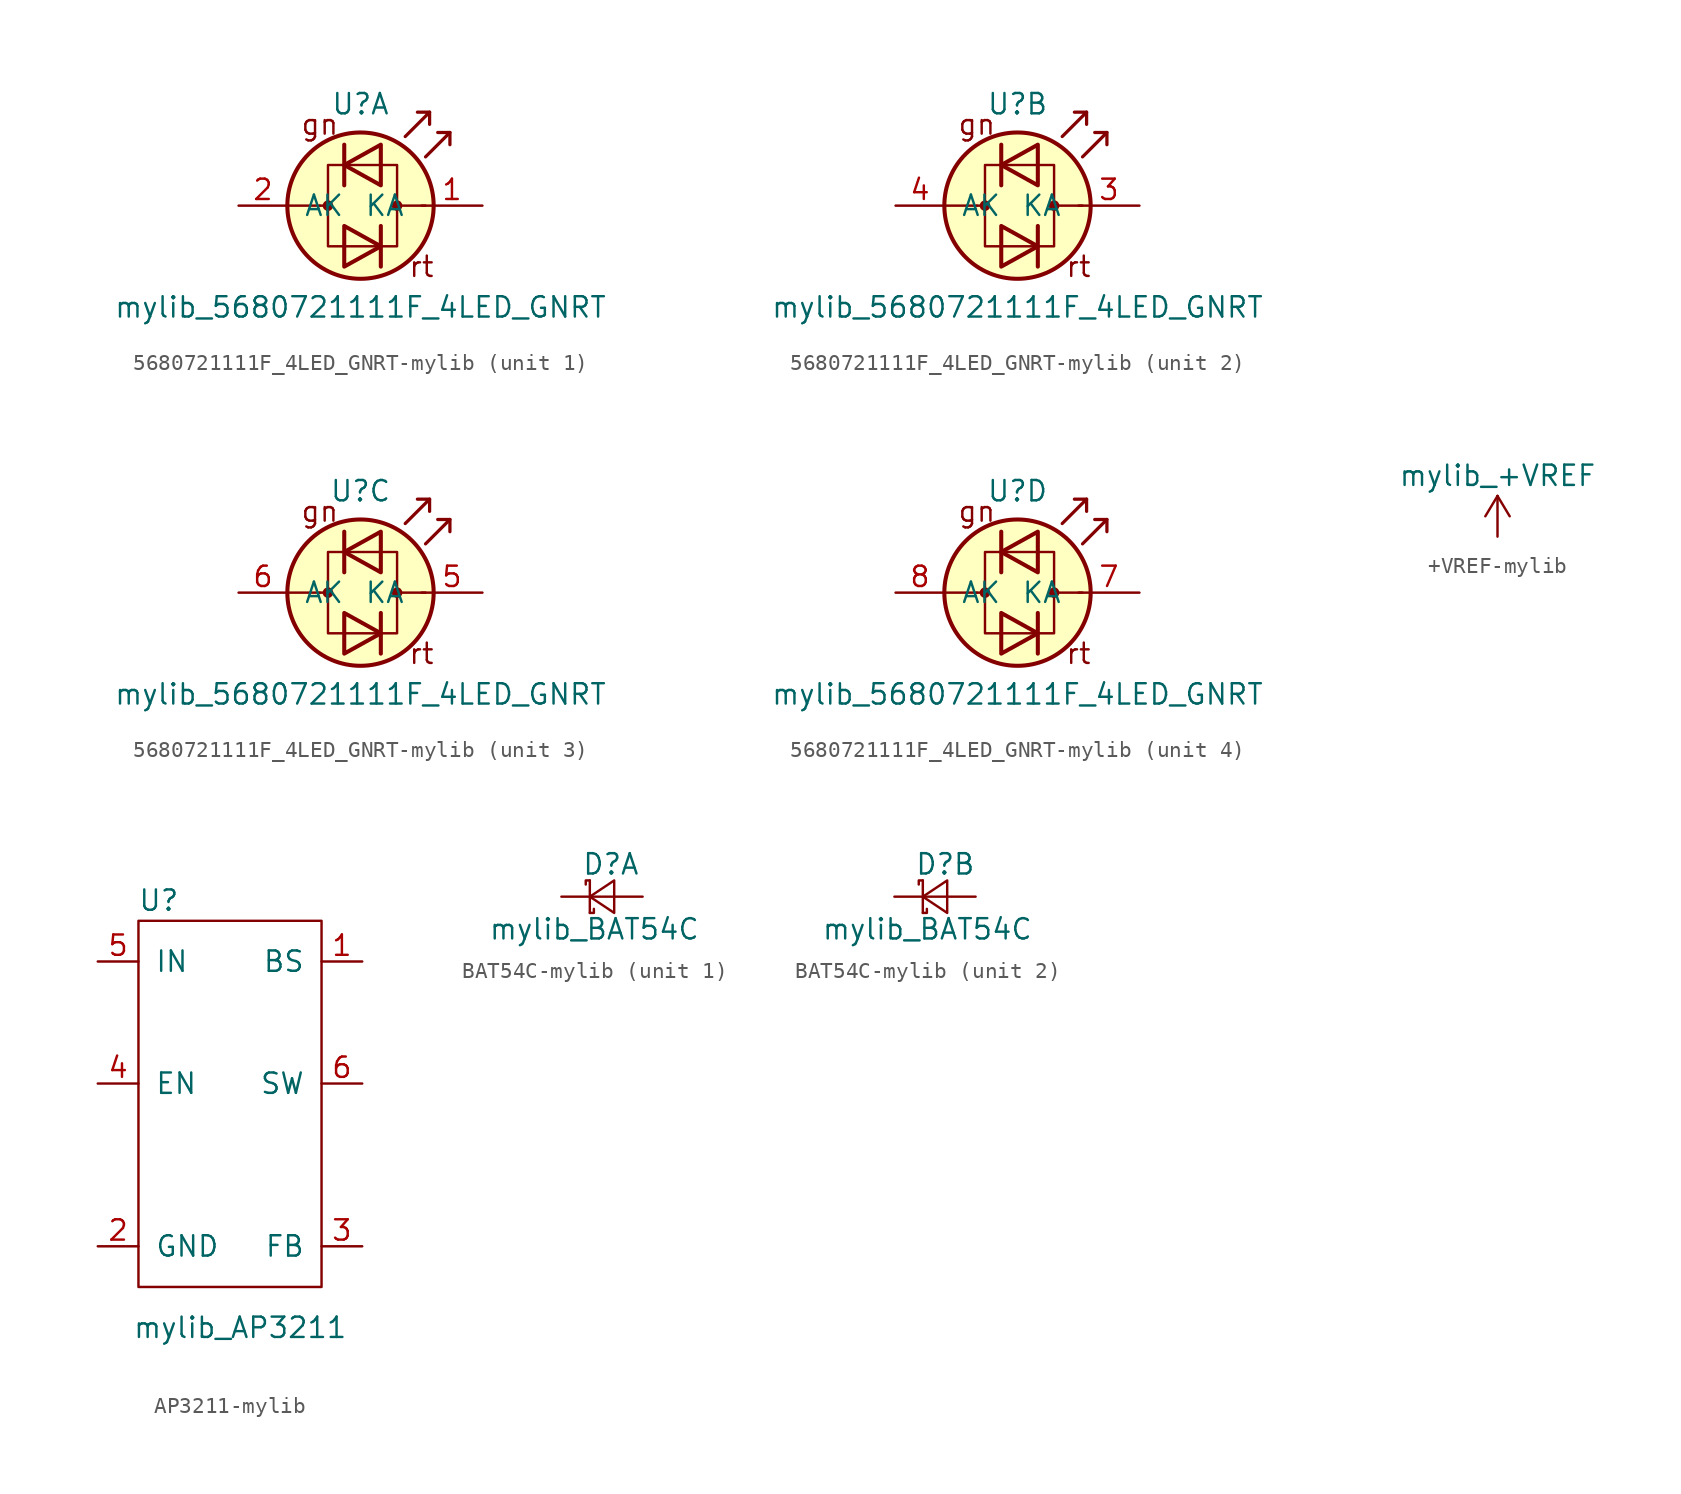
<source format=kicad_sym>
(kicad_symbol_lib
  (version 20231120)
  (generator "kicad_symbol_editor")
  (generator_version "8.0")
  (symbol "5680721111F_4LED_GNRT-mylib"
    (pin_names
      (offset 1.016))
    (property "Reference" "U"
      (at 0 6.35 0)
      (effects (font (size 1.27 1.27))))
    (property "Value" "mylib_5680721111F_4LED_GNRT"
      (at 0 -6.35 0)
      (effects (font (size 1.27 1.27))))
    (symbol "5680721111F_4LED_GNRT-mylib_0_0"
      (text "gn" (at -2.54 5.08 0) (effects (font (size 1.27 1.27))))
      (text "rt" (at 3.81 -3.81 0) (effects (font (size 1.27 1.27)))))
    (symbol "5680721111F_4LED_GNRT-mylib_1_1"
      (circle (center -2.032 0) (radius 0.254) (stroke (width 0) (type solid)) (fill (type outline)))
      (polyline (pts (xy -4.572 0) (xy -2.54 0)) (stroke (width 0) (type solid)) (fill (type none)))
      (polyline (pts (xy -2.032 0) (xy -2.54 0)) (stroke (width 0) (type solid)) (fill (type none)))
      (polyline (pts (xy -1.016 3.81) (xy -1.016 1.27)) (stroke (width 0.254) (type solid)) (fill (type none)))
      (polyline (pts (xy 1.27 -1.27) (xy 1.27 -3.81)) (stroke (width 0.254) (type solid)) (fill (type none)))
      (polyline (pts (xy 4.064 0) (xy 2.286 0)) (stroke (width 0) (type solid)) (fill (type outline)))
      (polyline (pts (xy 4.318 5.842) (xy 4.318 5.08)) (stroke (width 0.203) (type solid)) (fill (type none)))
      (polyline (pts (xy 5.588 4.572) (xy 5.588 3.81)) (stroke (width 0.203) (type solid)) (fill (type none)))
      (polyline (pts (xy 2.794 4.318) (xy 4.318 5.842) (xy 3.556 5.842)) (stroke (width 0.203) (type solid)) (fill (type none)))
      (polyline (pts (xy 4.064 3.048) (xy 5.588 4.572) (xy 4.826 4.572)) (stroke (width 0.203) (type solid)) (fill (type none)))
      (polyline (pts (xy -1.016 -1.27) (xy -1.016 -3.81) (xy 1.27 -2.54) (xy -1.016 -1.27)) (stroke (width 0.254) (type solid)) (fill (type none)))
      (polyline (pts (xy 1.27 3.81) (xy 1.27 1.27) (xy -1.016 2.54) (xy 1.27 3.81)) (stroke (width 0.254) (type solid)) (fill (type none)))
      (polyline (pts (xy 2.286 2.54) (xy -2.032 2.54) (xy -2.032 -2.54) (xy 2.286 -2.54) (xy 2.286 2.54)) (stroke (width 0) (type solid)) (fill (type none)))
      (circle (center 0 0) (radius 4.572) (stroke (width 0.254) (type solid)) (fill (type background)))
      (circle (center 2.286 0) (radius 0.254) (stroke (width 0) (type solid)) (fill (type outline)))
      (pin input line (at 7.62 0 180) (length 3.81) (name "KA" (effects (font (size 1.27 1.27)))) (number "1" (effects (font (size 1.27 1.27)))))
      (pin input line (at -7.62 0 0) (length 3.048) (name "AK" (effects (font (size 1.27 1.27)))) (number "2" (effects (font (size 1.27 1.27))))))
    (symbol "5680721111F_4LED_GNRT-mylib_2_1"
      (circle (center -2.032 0) (radius 0.254) (stroke (width 0) (type solid)) (fill (type outline)))
      (polyline (pts (xy -4.572 0) (xy -2.54 0)) (stroke (width 0) (type solid)) (fill (type none)))
      (polyline (pts (xy -2.032 0) (xy -2.54 0)) (stroke (width 0) (type solid)) (fill (type none)))
      (polyline (pts (xy -1.016 3.81) (xy -1.016 1.27)) (stroke (width 0.254) (type solid)) (fill (type none)))
      (polyline (pts (xy 1.27 -1.27) (xy 1.27 -3.81)) (stroke (width 0.254) (type solid)) (fill (type none)))
      (polyline (pts (xy 4.064 0) (xy 2.286 0)) (stroke (width 0) (type solid)) (fill (type outline)))
      (polyline (pts (xy 4.318 5.842) (xy 4.318 5.08)) (stroke (width 0.203) (type solid)) (fill (type none)))
      (polyline (pts (xy 5.588 4.572) (xy 5.588 3.81)) (stroke (width 0.203) (type solid)) (fill (type none)))
      (polyline (pts (xy 2.794 4.318) (xy 4.318 5.842) (xy 3.556 5.842)) (stroke (width 0.203) (type solid)) (fill (type none)))
      (polyline (pts (xy 4.064 3.048) (xy 5.588 4.572) (xy 4.826 4.572)) (stroke (width 0.203) (type solid)) (fill (type none)))
      (polyline (pts (xy -1.016 -1.27) (xy -1.016 -3.81) (xy 1.27 -2.54) (xy -1.016 -1.27)) (stroke (width 0.254) (type solid)) (fill (type none)))
      (polyline (pts (xy 1.27 3.81) (xy 1.27 1.27) (xy -1.016 2.54) (xy 1.27 3.81)) (stroke (width 0.254) (type solid)) (fill (type none)))
      (polyline (pts (xy 2.286 2.54) (xy -2.032 2.54) (xy -2.032 -2.54) (xy 2.286 -2.54) (xy 2.286 2.54)) (stroke (width 0) (type solid)) (fill (type none)))
      (circle (center 0 0) (radius 4.572) (stroke (width 0.254) (type solid)) (fill (type background)))
      (circle (center 2.286 0) (radius 0.254) (stroke (width 0) (type solid)) (fill (type outline)))
      (pin input line (at 7.62 0 180) (length 3.81) (name "KA" (effects (font (size 1.27 1.27)))) (number "3" (effects (font (size 1.27 1.27)))))
      (pin input line (at -7.62 0 0) (length 3.048) (name "AK" (effects (font (size 1.27 1.27)))) (number "4" (effects (font (size 1.27 1.27))))))
    (symbol "5680721111F_4LED_GNRT-mylib_3_1"
      (circle (center -2.032 0) (radius 0.254) (stroke (width 0) (type solid)) (fill (type outline)))
      (polyline (pts (xy -4.572 0) (xy -2.54 0)) (stroke (width 0) (type solid)) (fill (type none)))
      (polyline (pts (xy -2.032 0) (xy -2.54 0)) (stroke (width 0) (type solid)) (fill (type none)))
      (polyline (pts (xy -1.016 3.81) (xy -1.016 1.27)) (stroke (width 0.254) (type solid)) (fill (type none)))
      (polyline (pts (xy 1.27 -1.27) (xy 1.27 -3.81)) (stroke (width 0.254) (type solid)) (fill (type none)))
      (polyline (pts (xy 4.064 0) (xy 2.286 0)) (stroke (width 0) (type solid)) (fill (type outline)))
      (polyline (pts (xy 4.318 5.842) (xy 4.318 5.08)) (stroke (width 0.203) (type solid)) (fill (type none)))
      (polyline (pts (xy 5.588 4.572) (xy 5.588 3.81)) (stroke (width 0.203) (type solid)) (fill (type none)))
      (polyline (pts (xy 2.794 4.318) (xy 4.318 5.842) (xy 3.556 5.842)) (stroke (width 0.203) (type solid)) (fill (type none)))
      (polyline (pts (xy 4.064 3.048) (xy 5.588 4.572) (xy 4.826 4.572)) (stroke (width 0.203) (type solid)) (fill (type none)))
      (polyline (pts (xy -1.016 -1.27) (xy -1.016 -3.81) (xy 1.27 -2.54) (xy -1.016 -1.27)) (stroke (width 0.254) (type solid)) (fill (type none)))
      (polyline (pts (xy 1.27 3.81) (xy 1.27 1.27) (xy -1.016 2.54) (xy 1.27 3.81)) (stroke (width 0.254) (type solid)) (fill (type none)))
      (polyline (pts (xy 2.286 2.54) (xy -2.032 2.54) (xy -2.032 -2.54) (xy 2.286 -2.54) (xy 2.286 2.54)) (stroke (width 0) (type solid)) (fill (type none)))
      (circle (center 0 0) (radius 4.572) (stroke (width 0.254) (type solid)) (fill (type background)))
      (circle (center 2.286 0) (radius 0.254) (stroke (width 0) (type solid)) (fill (type outline)))
      (pin input line (at 7.62 0 180) (length 3.81) (name "KA" (effects (font (size 1.27 1.27)))) (number "5" (effects (font (size 1.27 1.27)))))
      (pin input line (at -7.62 0 0) (length 3.048) (name "AK" (effects (font (size 1.27 1.27)))) (number "6" (effects (font (size 1.27 1.27))))))
    (symbol "5680721111F_4LED_GNRT-mylib_4_1"
      (circle (center -2.032 0) (radius 0.254) (stroke (width 0) (type solid)) (fill (type outline)))
      (polyline (pts (xy -4.572 0) (xy -2.54 0)) (stroke (width 0) (type solid)) (fill (type none)))
      (polyline (pts (xy -2.032 0) (xy -2.54 0)) (stroke (width 0) (type solid)) (fill (type none)))
      (polyline (pts (xy -1.016 3.81) (xy -1.016 1.27)) (stroke (width 0.254) (type solid)) (fill (type none)))
      (polyline (pts (xy 1.27 -1.27) (xy 1.27 -3.81)) (stroke (width 0.254) (type solid)) (fill (type none)))
      (polyline (pts (xy 4.064 0) (xy 2.286 0)) (stroke (width 0) (type solid)) (fill (type outline)))
      (polyline (pts (xy 4.318 5.842) (xy 4.318 5.08)) (stroke (width 0.203) (type solid)) (fill (type none)))
      (polyline (pts (xy 5.588 4.572) (xy 5.588 3.81)) (stroke (width 0.203) (type solid)) (fill (type none)))
      (polyline (pts (xy 2.794 4.318) (xy 4.318 5.842) (xy 3.556 5.842)) (stroke (width 0.203) (type solid)) (fill (type none)))
      (polyline (pts (xy 4.064 3.048) (xy 5.588 4.572) (xy 4.826 4.572)) (stroke (width 0.203) (type solid)) (fill (type none)))
      (polyline (pts (xy -1.016 -1.27) (xy -1.016 -3.81) (xy 1.27 -2.54) (xy -1.016 -1.27)) (stroke (width 0.254) (type solid)) (fill (type none)))
      (polyline (pts (xy 1.27 3.81) (xy 1.27 1.27) (xy -1.016 2.54) (xy 1.27 3.81)) (stroke (width 0.254) (type solid)) (fill (type none)))
      (polyline (pts (xy 2.286 2.54) (xy -2.032 2.54) (xy -2.032 -2.54) (xy 2.286 -2.54) (xy 2.286 2.54)) (stroke (width 0) (type solid)) (fill (type none)))
      (circle (center 0 0) (radius 4.572) (stroke (width 0.254) (type solid)) (fill (type background)))
      (circle (center 2.286 0) (radius 0.254) (stroke (width 0) (type solid)) (fill (type outline)))
      (pin input line (at 7.62 0 180) (length 3.81) (name "KA" (effects (font (size 1.27 1.27)))) (number "7" (effects (font (size 1.27 1.27)))))
      (pin input line (at -7.62 0 0) (length 3.048) (name "AK" (effects (font (size 1.27 1.27)))) (number "8" (effects (font (size 1.27 1.27)))))))
  (symbol "+VREF-mylib"
    (power)
    (pin_names
      (offset 1.016))
    (property "Reference" "U"
      (at 1.27 -1.27 90)
      (effects (font (size 1.27 1.27)) (hide yes)))
    (property "Value" "mylib_+VREF"
      (at 0 3.81 0)
      (effects (font (size 1.27 1.27))))
    (symbol "+VREF-mylib_1_1"
      (polyline (pts (xy -0.762 1.27) (xy 0 2.54)) (stroke (width 0) (type solid)) (fill (type none)))
      (polyline (pts (xy 0 0) (xy 0 2.54)) (stroke (width 0) (type solid)) (fill (type none)))
      (polyline (pts (xy 0 2.54) (xy 0.762 1.27)) (stroke (width 0) (type solid)) (fill (type none)))
      (pin power_in line (at 0 0 90) (length 0) hide (name "+VREF" (effects (font (size 1.27 1.27)))) (number "1" (effects (font (size 1.27 1.27)))))))
  (symbol "AP3211-mylib"
    (pin_names
      (offset 1.016))
    (property "Reference" "U"
      (at -5.08 11.43 0)
      (effects (font (size 1.27 1.27))))
    (property "Value" "mylib_AP3211"
      (at 0 -15.24 0)
      (effects (font (size 1.27 1.27))))
    (symbol "AP3211-mylib_0_1"
      (rectangle (start -6.35 10.16) (end 5.08 -12.7) (stroke (width 0) (type solid)) (fill (type none))))
    (symbol "AP3211-mylib_1_1"
      (pin passive line (at 7.62 7.62 180) (length 2.54) (name "BS" (effects (font (size 1.27 1.27)))) (number "1" (effects (font (size 1.27 1.27)))))
      (pin power_in line (at -8.89 -10.16 0) (length 2.54) (name "GND" (effects (font (size 1.27 1.27)))) (number "2" (effects (font (size 1.27 1.27)))))
      (pin input line (at 7.62 -10.16 180) (length 2.54) (name "FB" (effects (font (size 1.27 1.27)))) (number "3" (effects (font (size 1.27 1.27)))))
      (pin input line (at -8.89 0 0) (length 2.54) (name "EN" (effects (font (size 1.27 1.27)))) (number "4" (effects (font (size 1.27 1.27)))))
      (pin input line (at -8.89 7.62 0) (length 2.54) (name "IN" (effects (font (size 1.27 1.27)))) (number "5" (effects (font (size 1.27 1.27)))))
      (pin power_out line (at 7.62 0 180) (length 2.54) (name "SW" (effects (font (size 1.27 1.27)))) (number "6" (effects (font (size 1.27 1.27)))))))
  (symbol "BAT54C-mylib"
    (pin_numbers hide)
    (pin_names
      (offset 0.254) hide)
    (property "Reference" "D"
      (at -1.27 2.032 0)
      (effects (font (size 1.27 1.27)) (justify left)))
    (property "Value" "mylib_BAT54C"
      (at -7.112 -2.032 0)
      (effects (font (size 1.27 1.27)) (justify left)))
    (symbol "BAT54C-mylib_0_1"
      (polyline (pts (xy -0.762 -1.016) (xy -0.762 1.016)) (stroke (width 0) (type solid)) (fill (type none)))
      (polyline (pts (xy -0.762 0) (xy 0.762 0)) (stroke (width 0) (type solid)) (fill (type none)))
      (polyline (pts (xy -0.762 -1.016) (xy -0.508 -1.016) (xy -0.508 -0.762)) (stroke (width 0) (type solid)) (fill (type none)))
      (polyline (pts (xy -0.762 1.016) (xy -1.016 1.016) (xy -1.016 0.762)) (stroke (width 0) (type solid)) (fill (type none)))
      (polyline (pts (xy 0.762 -1.016) (xy -0.762 0) (xy 0.762 1.016) (xy 0.762 -1.016)) (stroke (width 0) (type solid)) (fill (type none))))
    (symbol "BAT54C-mylib_1_1"
      (pin passive line (at 2.54 0 180) (length 1.778) (name "A" (effects (font (size 1.27 1.27)))) (number "1" (effects (font (size 1.27 1.27)))))
      (pin passive line (at -2.54 0 0) (length 1.778) (name "K" (effects (font (size 1.27 1.27)))) (number "3" (effects (font (size 1.27 1.27))))))
    (symbol "BAT54C-mylib_2_1"
      (pin passive line (at 2.54 0 180) (length 1.778) (name "A" (effects (font (size 1.27 1.27)))) (number "2" (effects (font (size 1.27 1.27)))))
      (pin passive line (at -2.54 0 0) (length 1.778) (name "K" (effects (font (size 1.27 1.27)))) (number "3" (effects (font (size 1.27 1.27))))))))
</source>
